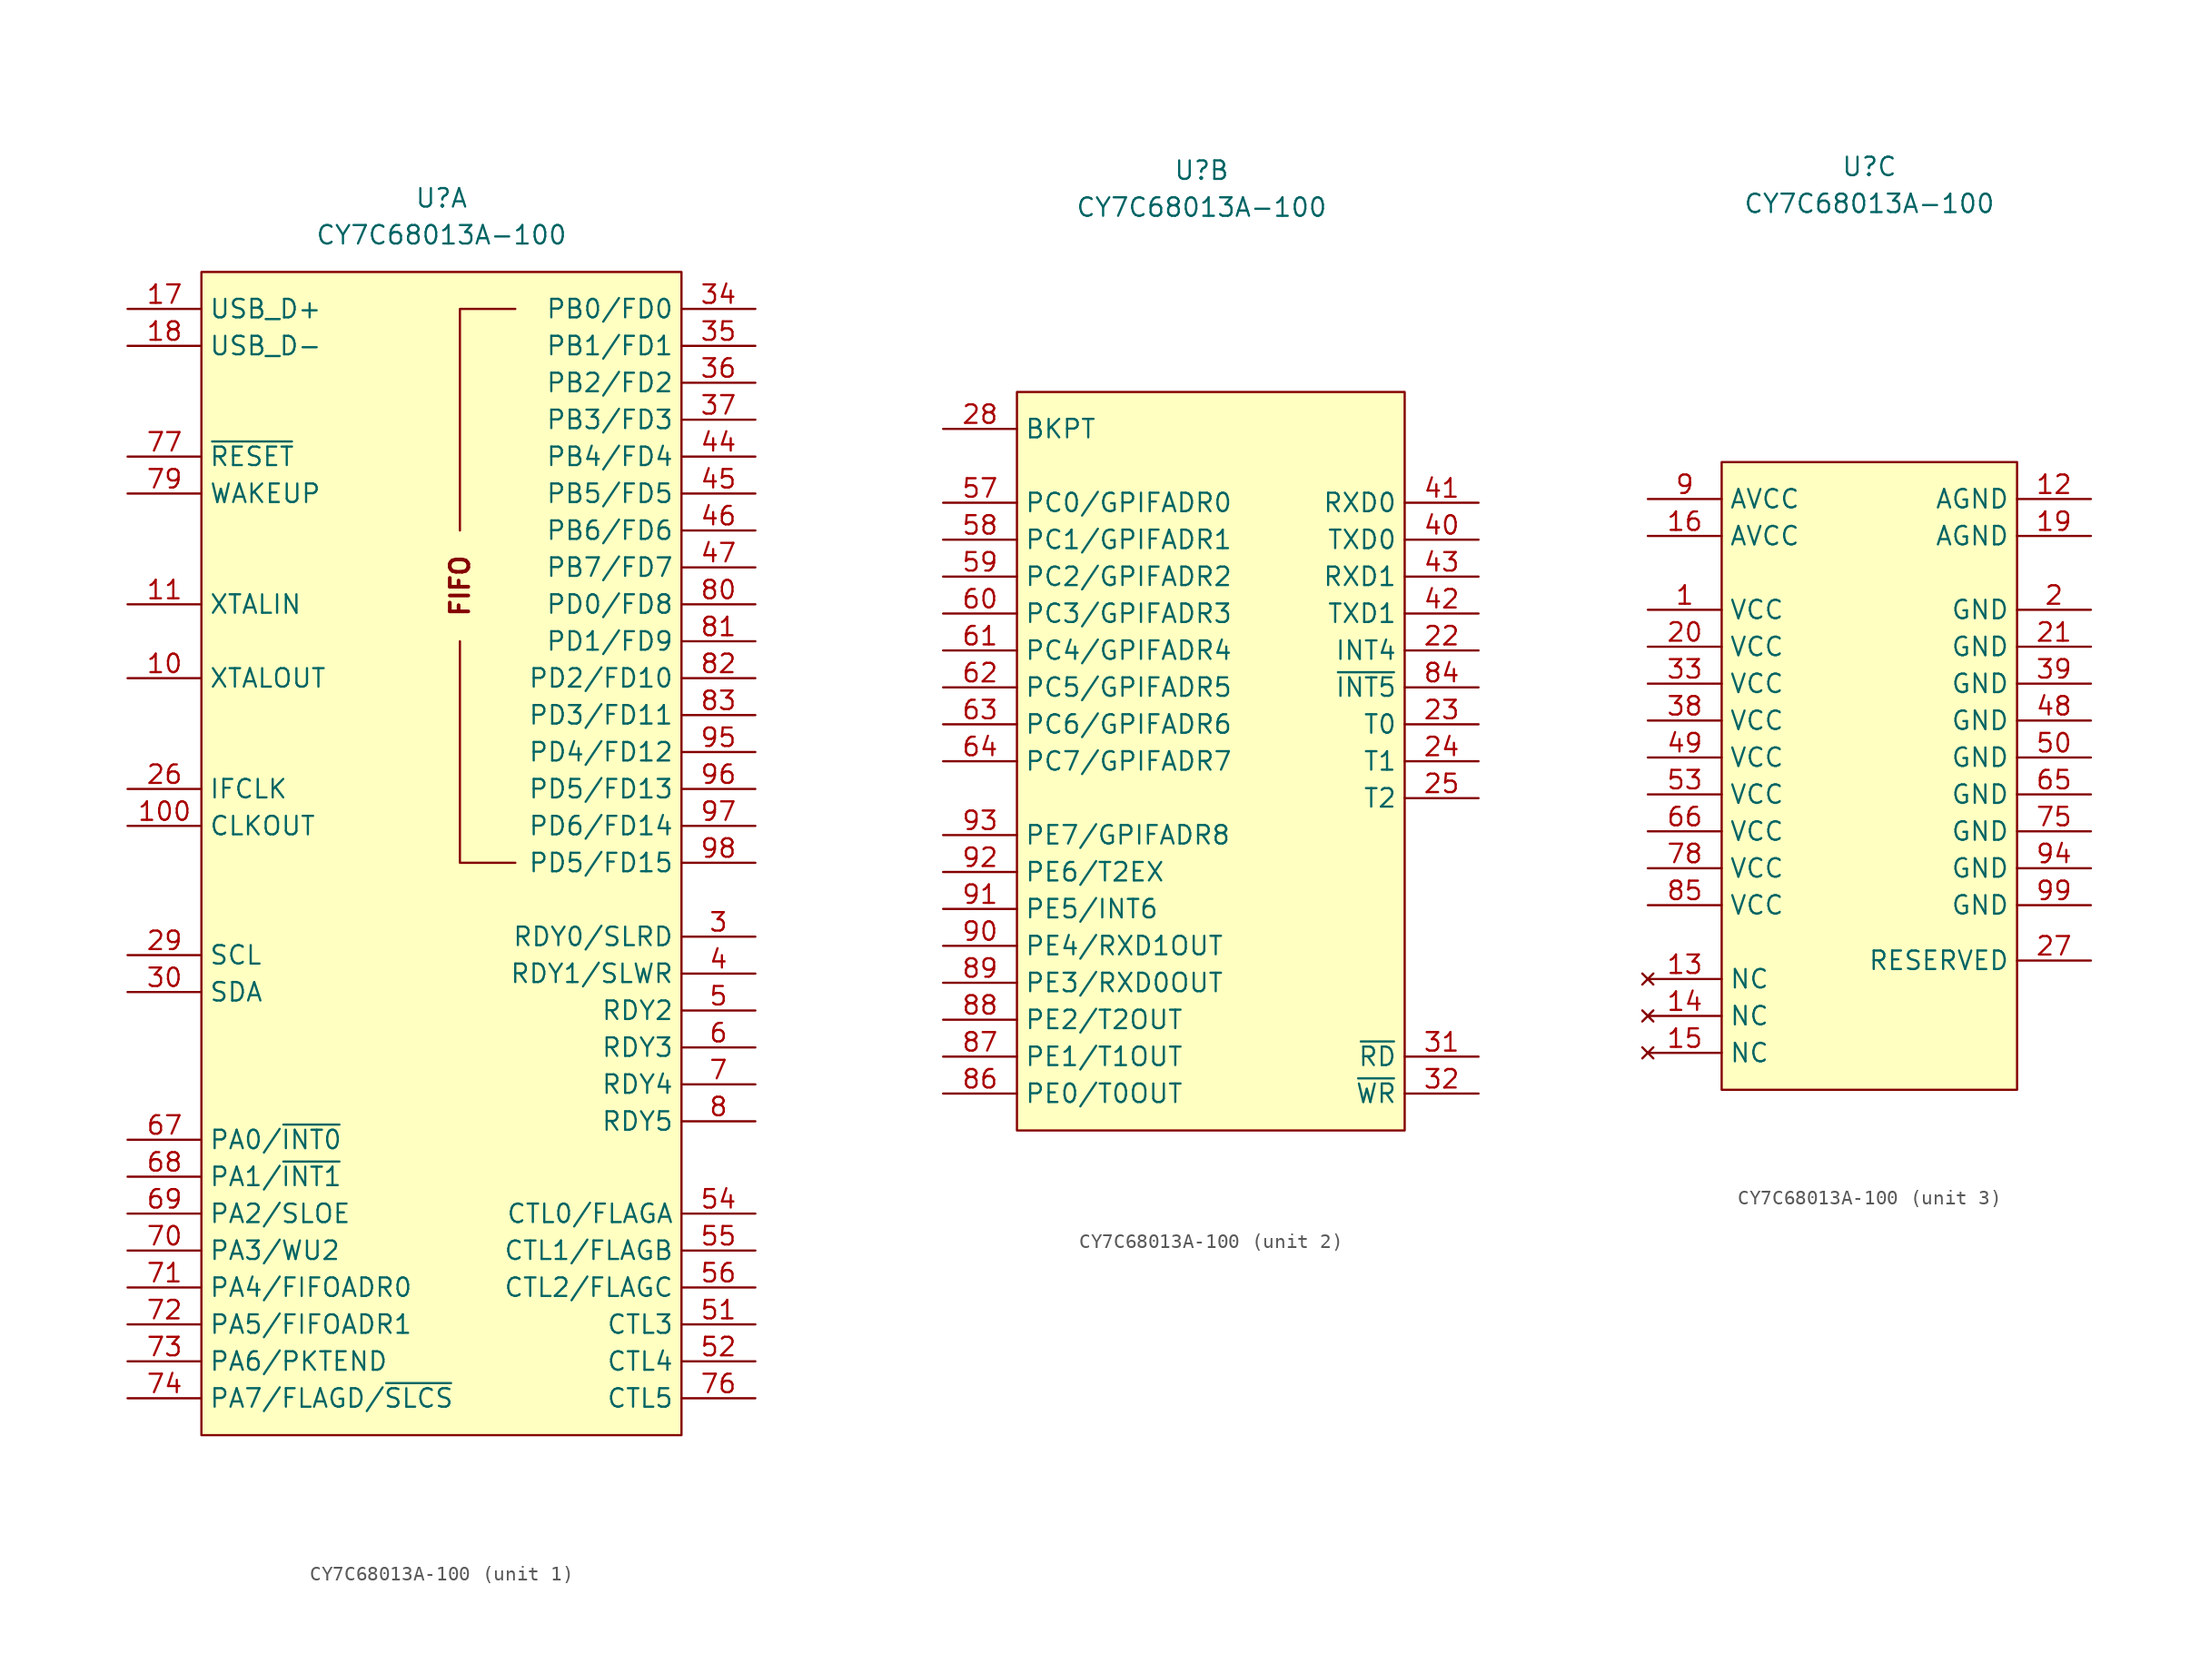
<source format=kicad_sym>
(kicad_symbol_lib
  (version 20211014)
  (generator kicad_symbol_editor)
  (symbol "CY7C68013A-100"
    (property "Reference" "U"
      (at 0 40.64 0)
      (effects (font (size 1.27 1.27))))
    (property "Value" "CY7C68013A-100"
      (at 0 38.1 0)
      (effects (font (size 1.27 1.27))))
    (property "ki_locked" ""
      (at 0 0 0)
      (effects (font (size 1.27 1.27))))
    (symbol "CY7C68013A-100_1_1"
      (rectangle (start -16.51 35.56) (end 16.51 -44.45) (stroke (width 0) (type default) (color 0 0 0 0)) (fill (type background)))
      (polyline (pts (xy 1.27 10.16) (xy 1.27 -5.08) (xy 5.08 -5.08)) (stroke (width 0) (type default) (color 0 0 0 0)) (fill (type none)))
      (polyline (pts (xy 1.27 17.78) (xy 1.27 33.02) (xy 5.08 33.02)) (stroke (width 0) (type default) (color 0 0 0 0)) (fill (type none)))
      (text "FIFO" (at 1.27 13.97 900) (effects (font (size 1.27 1.27) bold)))
      (pin output line (at -21.59 7.62 0) (length 5.08) (name "XTALOUT" (effects (font (size 1.27 1.27)))) (number "10" (effects (font (size 1.27 1.27)))))
      (pin output line (at -21.59 -2.54 0) (length 5.08) (name "CLKOUT" (effects (font (size 1.27 1.27)))) (number "100" (effects (font (size 1.27 1.27)))))
      (pin input line (at -21.59 12.7 0) (length 5.08) (name "XTALIN" (effects (font (size 1.27 1.27)))) (number "11" (effects (font (size 1.27 1.27)))))
      (pin bidirectional line (at -21.59 33.02 0) (length 5.08) (name "USB_D+" (effects (font (size 1.27 1.27)))) (number "17" (effects (font (size 1.27 1.27)))))
      (pin bidirectional line (at -21.59 30.48 0) (length 5.08) (name "USB_D-" (effects (font (size 1.27 1.27)))) (number "18" (effects (font (size 1.27 1.27)))))
      (pin bidirectional line (at -21.59 0 0) (length 5.08) (name "IFCLK" (effects (font (size 1.27 1.27)))) (number "26" (effects (font (size 1.27 1.27)))))
      (pin bidirectional line (at -21.59 -11.43 0) (length 5.08) (name "SCL" (effects (font (size 1.27 1.27)))) (number "29" (effects (font (size 1.27 1.27)))))
      (pin input line (at 21.59 -10.16 180) (length 5.08) (name "RDY0/SLRD" (effects (font (size 1.27 1.27)))) (number "3" (effects (font (size 1.27 1.27)))))
      (pin bidirectional line (at -21.59 -13.97 0) (length 5.08) (name "SDA" (effects (font (size 1.27 1.27)))) (number "30" (effects (font (size 1.27 1.27)))))
      (pin bidirectional line (at 21.59 33.02 180) (length 5.08) (name "PB0/FD0" (effects (font (size 1.27 1.27)))) (number "34" (effects (font (size 1.27 1.27)))))
      (pin bidirectional line (at 21.59 30.48 180) (length 5.08) (name "PB1/FD1" (effects (font (size 1.27 1.27)))) (number "35" (effects (font (size 1.27 1.27)))))
      (pin bidirectional line (at 21.59 27.94 180) (length 5.08) (name "PB2/FD2" (effects (font (size 1.27 1.27)))) (number "36" (effects (font (size 1.27 1.27)))))
      (pin bidirectional line (at 21.59 25.4 180) (length 5.08) (name "PB3/FD3" (effects (font (size 1.27 1.27)))) (number "37" (effects (font (size 1.27 1.27)))))
      (pin input line (at 21.59 -12.7 180) (length 5.08) (name "RDY1/SLWR" (effects (font (size 1.27 1.27)))) (number "4" (effects (font (size 1.27 1.27)))))
      (pin bidirectional line (at 21.59 22.86 180) (length 5.08) (name "PB4/FD4" (effects (font (size 1.27 1.27)))) (number "44" (effects (font (size 1.27 1.27)))))
      (pin bidirectional line (at 21.59 20.32 180) (length 5.08) (name "PB5/FD5" (effects (font (size 1.27 1.27)))) (number "45" (effects (font (size 1.27 1.27)))))
      (pin bidirectional line (at 21.59 17.78 180) (length 5.08) (name "PB6/FD6" (effects (font (size 1.27 1.27)))) (number "46" (effects (font (size 1.27 1.27)))))
      (pin bidirectional line (at 21.59 15.24 180) (length 5.08) (name "PB7/FD7" (effects (font (size 1.27 1.27)))) (number "47" (effects (font (size 1.27 1.27)))))
      (pin input line (at 21.59 -15.24 180) (length 5.08) (name "RDY2" (effects (font (size 1.27 1.27)))) (number "5" (effects (font (size 1.27 1.27)))))
      (pin output line (at 21.59 -36.83 180) (length 5.08) (name "CTL3" (effects (font (size 1.27 1.27)))) (number "51" (effects (font (size 1.27 1.27)))))
      (pin output line (at 21.59 -39.37 180) (length 5.08) (name "CTL4" (effects (font (size 1.27 1.27)))) (number "52" (effects (font (size 1.27 1.27)))))
      (pin output line (at 21.59 -29.21 180) (length 5.08) (name "CTL0/FLAGA" (effects (font (size 1.27 1.27)))) (number "54" (effects (font (size 1.27 1.27)))))
      (pin output line (at 21.59 -31.75 180) (length 5.08) (name "CTL1/FLAGB" (effects (font (size 1.27 1.27)))) (number "55" (effects (font (size 1.27 1.27)))))
      (pin output line (at 21.59 -34.29 180) (length 5.08) (name "CTL2/FLAGC" (effects (font (size 1.27 1.27)))) (number "56" (effects (font (size 1.27 1.27)))))
      (pin input line (at 21.59 -17.78 180) (length 5.08) (name "RDY3" (effects (font (size 1.27 1.27)))) (number "6" (effects (font (size 1.27 1.27)))))
      (pin bidirectional line (at -21.59 -24.13 0) (length 5.08) (name "PA0/~{INT0}" (effects (font (size 1.27 1.27)))) (number "67" (effects (font (size 1.27 1.27)))))
      (pin bidirectional line (at -21.59 -26.67 0) (length 5.08) (name "PA1/~{INT1}" (effects (font (size 1.27 1.27)))) (number "68" (effects (font (size 1.27 1.27)))))
      (pin bidirectional line (at -21.59 -29.21 0) (length 5.08) (name "PA2/SLOE" (effects (font (size 1.27 1.27)))) (number "69" (effects (font (size 1.27 1.27)))))
      (pin input line (at 21.59 -20.32 180) (length 5.08) (name "RDY4" (effects (font (size 1.27 1.27)))) (number "7" (effects (font (size 1.27 1.27)))))
      (pin bidirectional line (at -21.59 -31.75 0) (length 5.08) (name "PA3/WU2" (effects (font (size 1.27 1.27)))) (number "70" (effects (font (size 1.27 1.27)))))
      (pin bidirectional line (at -21.59 -34.29 0) (length 5.08) (name "PA4/FIFOADR0" (effects (font (size 1.27 1.27)))) (number "71" (effects (font (size 1.27 1.27)))))
      (pin bidirectional line (at -21.59 -36.83 0) (length 5.08) (name "PA5/FIFOADR1" (effects (font (size 1.27 1.27)))) (number "72" (effects (font (size 1.27 1.27)))))
      (pin bidirectional line (at -21.59 -39.37 0) (length 5.08) (name "PA6/PKTEND" (effects (font (size 1.27 1.27)))) (number "73" (effects (font (size 1.27 1.27)))))
      (pin bidirectional line (at -21.59 -41.91 0) (length 5.08) (name "PA7/FLAGD/~{SLCS}" (effects (font (size 1.27 1.27)))) (number "74" (effects (font (size 1.27 1.27)))))
      (pin output line (at 21.59 -41.91 180) (length 5.08) (name "CTL5" (effects (font (size 1.27 1.27)))) (number "76" (effects (font (size 1.27 1.27)))))
      (pin input line (at -21.59 22.86 0) (length 5.08) (name "~{RESET}" (effects (font (size 1.27 1.27)))) (number "77" (effects (font (size 1.27 1.27)))))
      (pin input line (at -21.59 20.32 0) (length 5.08) (name "WAKEUP" (effects (font (size 1.27 1.27)))) (number "79" (effects (font (size 1.27 1.27)))))
      (pin input line (at 21.59 -22.86 180) (length 5.08) (name "RDY5" (effects (font (size 1.27 1.27)))) (number "8" (effects (font (size 1.27 1.27)))))
      (pin bidirectional line (at 21.59 12.7 180) (length 5.08) (name "PD0/FD8" (effects (font (size 1.27 1.27)))) (number "80" (effects (font (size 1.27 1.27)))))
      (pin bidirectional line (at 21.59 10.16 180) (length 5.08) (name "PD1/FD9" (effects (font (size 1.27 1.27)))) (number "81" (effects (font (size 1.27 1.27)))))
      (pin bidirectional line (at 21.59 7.62 180) (length 5.08) (name "PD2/FD10" (effects (font (size 1.27 1.27)))) (number "82" (effects (font (size 1.27 1.27)))))
      (pin bidirectional line (at 21.59 5.08 180) (length 5.08) (name "PD3/FD11" (effects (font (size 1.27 1.27)))) (number "83" (effects (font (size 1.27 1.27)))))
      (pin bidirectional line (at 21.59 2.54 180) (length 5.08) (name "PD4/FD12" (effects (font (size 1.27 1.27)))) (number "95" (effects (font (size 1.27 1.27)))))
      (pin bidirectional line (at 21.59 0 180) (length 5.08) (name "PD5/FD13" (effects (font (size 1.27 1.27)))) (number "96" (effects (font (size 1.27 1.27)))))
      (pin bidirectional line (at 21.59 -2.54 180) (length 5.08) (name "PD6/FD14" (effects (font (size 1.27 1.27)))) (number "97" (effects (font (size 1.27 1.27)))))
      (pin bidirectional line (at 21.59 -5.08 180) (length 5.08) (name "PD5/FD15" (effects (font (size 1.27 1.27)))) (number "98" (effects (font (size 1.27 1.27))))))
    (symbol "CY7C68013A-100_2_1"
      (rectangle (start -12.7 25.4) (end 13.97 -25.4) (stroke (width 0) (type default) (color 0 0 0 0)) (fill (type background)))
      (pin input line (at 19.05 7.62 180) (length 5.08) (name "INT4" (effects (font (size 1.27 1.27)))) (number "22" (effects (font (size 1.27 1.27)))))
      (pin input line (at 19.05 2.54 180) (length 5.08) (name "T0" (effects (font (size 1.27 1.27)))) (number "23" (effects (font (size 1.27 1.27)))))
      (pin input line (at 19.05 0 180) (length 5.08) (name "T1" (effects (font (size 1.27 1.27)))) (number "24" (effects (font (size 1.27 1.27)))))
      (pin input line (at 19.05 -2.54 180) (length 5.08) (name "T2" (effects (font (size 1.27 1.27)))) (number "25" (effects (font (size 1.27 1.27)))))
      (pin output line (at -17.78 22.86 0) (length 5.08) (name "BKPT" (effects (font (size 1.27 1.27)))) (number "28" (effects (font (size 1.27 1.27)))))
      (pin output line (at 19.05 -20.32 180) (length 5.08) (name "~{RD}" (effects (font (size 1.27 1.27)))) (number "31" (effects (font (size 1.27 1.27)))))
      (pin output line (at 19.05 -22.86 180) (length 5.08) (name "~{WR}" (effects (font (size 1.27 1.27)))) (number "32" (effects (font (size 1.27 1.27)))))
      (pin output line (at 19.05 15.24 180) (length 5.08) (name "TXD0" (effects (font (size 1.27 1.27)))) (number "40" (effects (font (size 1.27 1.27)))))
      (pin input line (at 19.05 17.78 180) (length 5.08) (name "RXD0" (effects (font (size 1.27 1.27)))) (number "41" (effects (font (size 1.27 1.27)))))
      (pin output line (at 19.05 10.16 180) (length 5.08) (name "TXD1" (effects (font (size 1.27 1.27)))) (number "42" (effects (font (size 1.27 1.27)))))
      (pin input line (at 19.05 12.7 180) (length 5.08) (name "RXD1" (effects (font (size 1.27 1.27)))) (number "43" (effects (font (size 1.27 1.27)))))
      (pin bidirectional line (at -17.78 17.78 0) (length 5.08) (name "PC0/GPIFADR0" (effects (font (size 1.27 1.27)))) (number "57" (effects (font (size 1.27 1.27)))))
      (pin bidirectional line (at -17.78 15.24 0) (length 5.08) (name "PC1/GPIFADR1" (effects (font (size 1.27 1.27)))) (number "58" (effects (font (size 1.27 1.27)))))
      (pin bidirectional line (at -17.78 12.7 0) (length 5.08) (name "PC2/GPIFADR2" (effects (font (size 1.27 1.27)))) (number "59" (effects (font (size 1.27 1.27)))))
      (pin bidirectional line (at -17.78 10.16 0) (length 5.08) (name "PC3/GPIFADR3" (effects (font (size 1.27 1.27)))) (number "60" (effects (font (size 1.27 1.27)))))
      (pin bidirectional line (at -17.78 7.62 0) (length 5.08) (name "PC4/GPIFADR4" (effects (font (size 1.27 1.27)))) (number "61" (effects (font (size 1.27 1.27)))))
      (pin bidirectional line (at -17.78 5.08 0) (length 5.08) (name "PC5/GPIFADR5" (effects (font (size 1.27 1.27)))) (number "62" (effects (font (size 1.27 1.27)))))
      (pin bidirectional line (at -17.78 2.54 0) (length 5.08) (name "PC6/GPIFADR6" (effects (font (size 1.27 1.27)))) (number "63" (effects (font (size 1.27 1.27)))))
      (pin bidirectional line (at -17.78 0 0) (length 5.08) (name "PC7/GPIFADR7" (effects (font (size 1.27 1.27)))) (number "64" (effects (font (size 1.27 1.27)))))
      (pin input line (at 19.05 5.08 180) (length 5.08) (name "~{INT5}" (effects (font (size 1.27 1.27)))) (number "84" (effects (font (size 1.27 1.27)))))
      (pin bidirectional line (at -17.78 -22.86 0) (length 5.08) (name "PE0/T0OUT" (effects (font (size 1.27 1.27)))) (number "86" (effects (font (size 1.27 1.27)))))
      (pin bidirectional line (at -17.78 -20.32 0) (length 5.08) (name "PE1/T1OUT" (effects (font (size 1.27 1.27)))) (number "87" (effects (font (size 1.27 1.27)))))
      (pin bidirectional line (at -17.78 -17.78 0) (length 5.08) (name "PE2/T2OUT" (effects (font (size 1.27 1.27)))) (number "88" (effects (font (size 1.27 1.27)))))
      (pin bidirectional line (at -17.78 -15.24 0) (length 5.08) (name "PE3/RXD0OUT" (effects (font (size 1.27 1.27)))) (number "89" (effects (font (size 1.27 1.27)))))
      (pin bidirectional line (at -17.78 -12.7 0) (length 5.08) (name "PE4/RXD1OUT" (effects (font (size 1.27 1.27)))) (number "90" (effects (font (size 1.27 1.27)))))
      (pin bidirectional line (at -17.78 -10.16 0) (length 5.08) (name "PE5/INT6" (effects (font (size 1.27 1.27)))) (number "91" (effects (font (size 1.27 1.27)))))
      (pin bidirectional line (at -17.78 -7.62 0) (length 5.08) (name "PE6/T2EX" (effects (font (size 1.27 1.27)))) (number "92" (effects (font (size 1.27 1.27)))))
      (pin bidirectional line (at -17.78 -5.08 0) (length 5.08) (name "PE7/GPIFADR8" (effects (font (size 1.27 1.27)))) (number "93" (effects (font (size 1.27 1.27))))))
    (symbol "CY7C68013A-100_3_1"
      (rectangle (start -10.16 20.32) (end 10.16 -22.86) (stroke (width 0) (type default) (color 0 0 0 0)) (fill (type background)))
      (pin power_in line (at -15.24 10.16 0) (length 5.08) (name "VCC" (effects (font (size 1.27 1.27)))) (number "1" (effects (font (size 1.27 1.27)))))
      (pin power_in line (at 15.24 17.78 180) (length 5.08) (name "AGND" (effects (font (size 1.27 1.27)))) (number "12" (effects (font (size 1.27 1.27)))))
      (pin no_connect line (at -15.24 -15.24 0) (length 5.08) (name "NC" (effects (font (size 1.27 1.27)))) (number "13" (effects (font (size 1.27 1.27)))))
      (pin no_connect line (at -15.24 -17.78 0) (length 5.08) (name "NC" (effects (font (size 1.27 1.27)))) (number "14" (effects (font (size 1.27 1.27)))))
      (pin no_connect line (at -15.24 -20.32 0) (length 5.08) (name "NC" (effects (font (size 1.27 1.27)))) (number "15" (effects (font (size 1.27 1.27)))))
      (pin power_in line (at -15.24 15.24 0) (length 5.08) (name "AVCC" (effects (font (size 1.27 1.27)))) (number "16" (effects (font (size 1.27 1.27)))))
      (pin power_in line (at 15.24 15.24 180) (length 5.08) (name "AGND" (effects (font (size 1.27 1.27)))) (number "19" (effects (font (size 1.27 1.27)))))
      (pin power_in line (at 15.24 10.16 180) (length 5.08) (name "GND" (effects (font (size 1.27 1.27)))) (number "2" (effects (font (size 1.27 1.27)))))
      (pin power_in line (at -15.24 7.62 0) (length 5.08) (name "VCC" (effects (font (size 1.27 1.27)))) (number "20" (effects (font (size 1.27 1.27)))))
      (pin power_in line (at 15.24 7.62 180) (length 5.08) (name "GND" (effects (font (size 1.27 1.27)))) (number "21" (effects (font (size 1.27 1.27)))))
      (pin power_in line (at 15.24 -13.97 180) (length 5.08) (name "RESERVED" (effects (font (size 1.27 1.27)))) (number "27" (effects (font (size 1.27 1.27)))))
      (pin power_in line (at -15.24 5.08 0) (length 5.08) (name "VCC" (effects (font (size 1.27 1.27)))) (number "33" (effects (font (size 1.27 1.27)))))
      (pin power_in line (at -15.24 2.54 0) (length 5.08) (name "VCC" (effects (font (size 1.27 1.27)))) (number "38" (effects (font (size 1.27 1.27)))))
      (pin power_in line (at 15.24 5.08 180) (length 5.08) (name "GND" (effects (font (size 1.27 1.27)))) (number "39" (effects (font (size 1.27 1.27)))))
      (pin power_in line (at 15.24 2.54 180) (length 5.08) (name "GND" (effects (font (size 1.27 1.27)))) (number "48" (effects (font (size 1.27 1.27)))))
      (pin power_in line (at -15.24 0 0) (length 5.08) (name "VCC" (effects (font (size 1.27 1.27)))) (number "49" (effects (font (size 1.27 1.27)))))
      (pin power_in line (at 15.24 0 180) (length 5.08) (name "GND" (effects (font (size 1.27 1.27)))) (number "50" (effects (font (size 1.27 1.27)))))
      (pin power_in line (at -15.24 -2.54 0) (length 5.08) (name "VCC" (effects (font (size 1.27 1.27)))) (number "53" (effects (font (size 1.27 1.27)))))
      (pin power_in line (at 15.24 -2.54 180) (length 5.08) (name "GND" (effects (font (size 1.27 1.27)))) (number "65" (effects (font (size 1.27 1.27)))))
      (pin power_in line (at -15.24 -5.08 0) (length 5.08) (name "VCC" (effects (font (size 1.27 1.27)))) (number "66" (effects (font (size 1.27 1.27)))))
      (pin power_in line (at 15.24 -5.08 180) (length 5.08) (name "GND" (effects (font (size 1.27 1.27)))) (number "75" (effects (font (size 1.27 1.27)))))
      (pin power_in line (at -15.24 -7.62 0) (length 5.08) (name "VCC" (effects (font (size 1.27 1.27)))) (number "78" (effects (font (size 1.27 1.27)))))
      (pin power_in line (at -15.24 -10.16 0) (length 5.08) (name "VCC" (effects (font (size 1.27 1.27)))) (number "85" (effects (font (size 1.27 1.27)))))
      (pin power_in line (at -15.24 17.78 0) (length 5.08) (name "AVCC" (effects (font (size 1.27 1.27)))) (number "9" (effects (font (size 1.27 1.27)))))
      (pin power_in line (at 15.24 -7.62 180) (length 5.08) (name "GND" (effects (font (size 1.27 1.27)))) (number "94" (effects (font (size 1.27 1.27)))))
      (pin power_in line (at 15.24 -10.16 180) (length 5.08) (name "GND" (effects (font (size 1.27 1.27)))) (number "99" (effects (font (size 1.27 1.27))))))))
</source>
